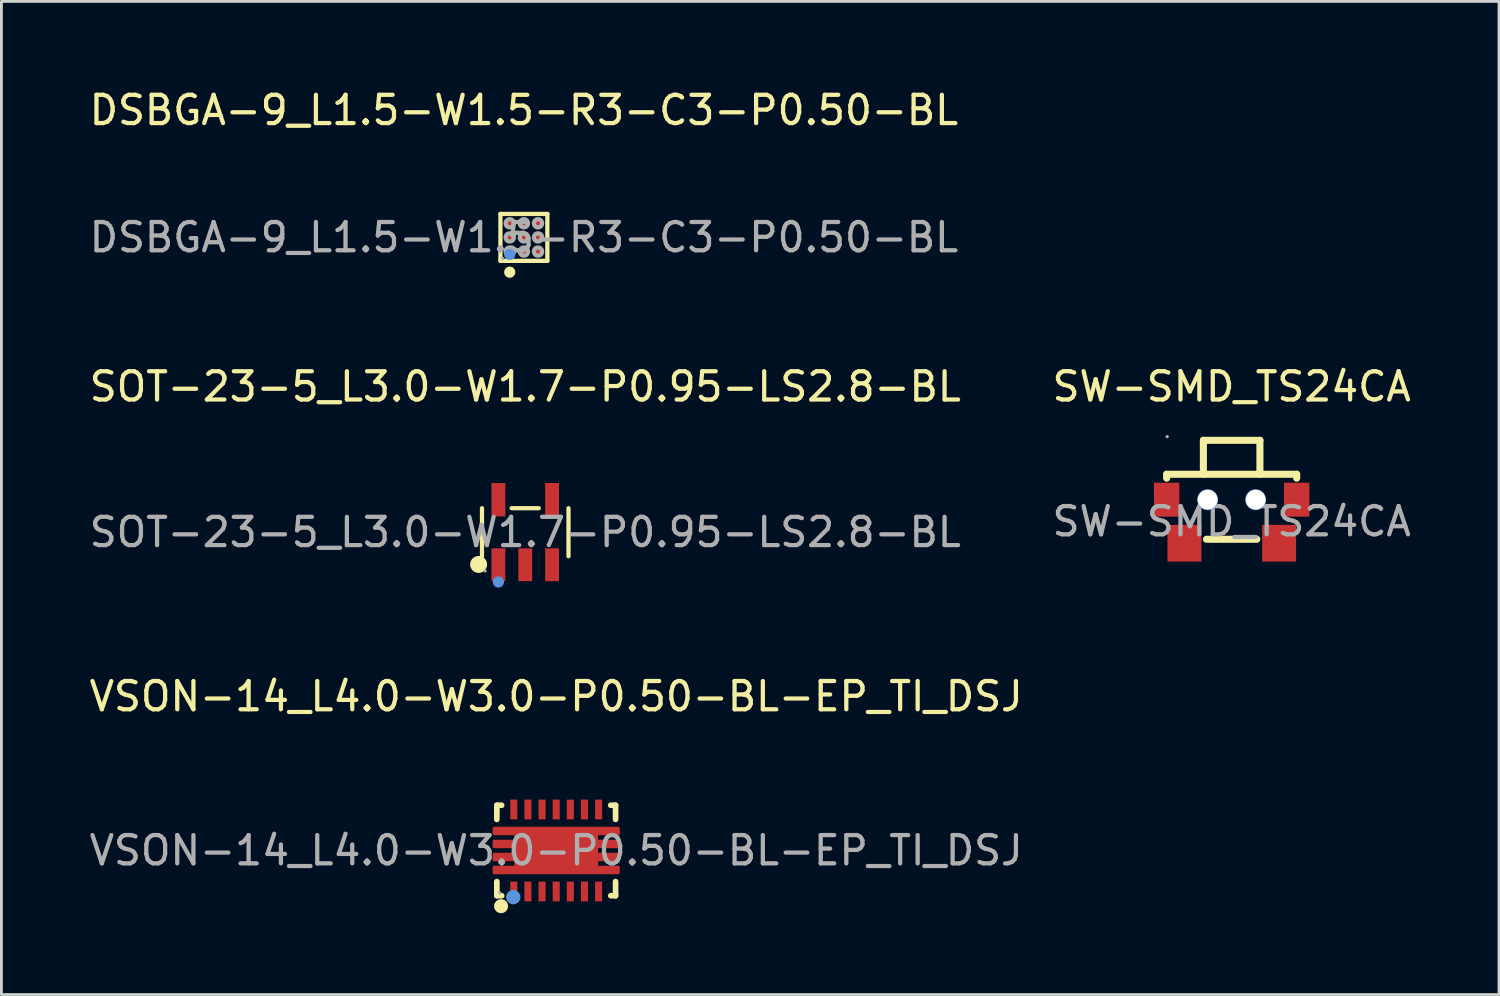
<source format=kicad_pcb>
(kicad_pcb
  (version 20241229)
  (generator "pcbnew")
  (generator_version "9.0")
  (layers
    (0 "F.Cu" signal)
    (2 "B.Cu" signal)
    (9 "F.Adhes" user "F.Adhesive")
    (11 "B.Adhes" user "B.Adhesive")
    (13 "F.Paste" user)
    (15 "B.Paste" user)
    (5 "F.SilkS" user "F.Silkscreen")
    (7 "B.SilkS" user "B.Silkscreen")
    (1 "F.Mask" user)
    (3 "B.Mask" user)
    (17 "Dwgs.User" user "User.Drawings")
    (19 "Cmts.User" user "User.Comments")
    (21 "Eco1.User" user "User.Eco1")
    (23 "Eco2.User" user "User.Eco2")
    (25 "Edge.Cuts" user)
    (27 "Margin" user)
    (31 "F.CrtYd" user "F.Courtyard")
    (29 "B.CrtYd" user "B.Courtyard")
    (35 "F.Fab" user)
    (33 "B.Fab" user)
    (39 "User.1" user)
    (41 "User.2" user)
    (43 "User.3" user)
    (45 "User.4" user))
  (footprint "SOT-23-5_L3.0-W1.7-P0.95-LS2.8-BL"
    (layer "F.Cu")
    (at 15.53 15.777)
    (property "Reference" "SOT-23-5_L3.0-W1.7-P0.95-LS2.8-BL" (at 0 -5.15 0) (layer "F.SilkS") (effects (font (size 1 1) (thickness 0.15))))
    (attr smd)
    (fp_line (start -1.53 0.85) (end -1.53 -0.85) (stroke (width 0.15) (type solid)) (layer "F.SilkS"))
    (fp_line (start 0.48 -0.85) (end -0.48 -0.85) (stroke (width 0.15) (type solid)) (layer "F.SilkS"))
    (fp_line (start 1.53 0.85) (end 1.53 -0.85) (stroke (width 0.15) (type solid)) (layer "F.SilkS"))
    (fp_circle (center -1.65 1.14) (end -1.5 1.14) (stroke (width 0.3) (type solid)) (fill no) (layer "F.SilkS"))
    (fp_circle (center -0.95 1.76) (end -0.85 1.76) (stroke (width 0.2) (type solid)) (fill no) (layer "Cmts.User"))
    (fp_circle (center -1.42 1.37) (end -1.39 1.37) (stroke (width 0.06) (type solid)) (fill no) (layer "F.Fab"))
    (fp_text user "${REFERENCE}" (at 0 0 0) (layer "F.Fab") (effects (font (size 1 1) (thickness 0.15))))
    (pad "1" smd rect (at -0.95 1.15) (size 0.49 1.16) (layers "F.Cu" "F.Mask" "F.Paste"))
    (pad "2" smd rect (at 0 1.15) (size 0.49 1.16) (layers "F.Cu" "F.Mask" "F.Paste"))
    (pad "3" smd rect (at 0.95 1.15) (size 0.49 1.16) (layers "F.Cu" "F.Mask" "F.Paste"))
    (pad "4" smd rect (at 0.95 -1.15) (size 0.49 1.18) (layers "F.Cu" "F.Mask" "F.Paste"))
    (pad "5" smd rect (at -0.95 -1.15) (size 0.49 1.18) (layers "F.Cu" "F.Mask" "F.Paste")))
  (footprint "SW-SMD_TS24CA"
    (layer "F.Cu")
    (at 40.518 15.396)
    (property "Reference" "SW-SMD_TS24CA" (at 0 -4.77 0) (layer "F.SilkS") (effects (font (size 1 1) (thickness 0.15))))
    (attr smd)
    (fp_line (start -2.3 -1.67) (end 2.3 -1.67) (stroke (width 0.25) (type solid)) (layer "F.SilkS"))
    (fp_line (start -2.3 -1.53) (end -2.3 -1.67) (stroke (width 0.25) (type solid)) (layer "F.SilkS"))
    (fp_line (start -1 -2.87) (end -1 -1.67) (stroke (width 0.25) (type solid)) (layer "F.SilkS"))
    (fp_line (start -1 -2.87) (end 1 -2.87) (stroke (width 0.25) (type solid)) (layer "F.SilkS"))
    (fp_line (start -0.89 0.63) (end 0.89 0.63) (stroke (width 0.25) (type solid)) (layer "F.SilkS"))
    (fp_line (start 1 -2.87) (end 1 -1.67) (stroke (width 0.25) (type solid)) (layer "F.SilkS"))
    (fp_line (start 2.3 -1.67) (end 2.3 -1.53) (stroke (width 0.25) (type solid)) (layer "F.SilkS"))
    (fp_circle (center -0.85 -0.77) (end -0.73 -0.77) (stroke (width 0.25) (type solid)) (fill no) (layer "Cmts.User"))
    (fp_circle (center 0.85 -0.77) (end 0.97 -0.77) (stroke (width 0.25) (type solid)) (fill no) (layer "Cmts.User"))
    (fp_circle (center -2.28 -3) (end -2.25 -3) (stroke (width 0.06) (type solid)) (fill no) (layer "F.Fab"))
    (fp_text user "${REFERENCE}" (at 0 0 0) (layer "F.Fab") (effects (font (size 1 1) (thickness 0.15))))
    (pad "" thru_hole circle (at -0.85 -0.77) (size 0.7 0.7) (drill 0.7) (layers "*.Cu" "*.Mask"))
    (pad "" thru_hole circle (at 0.85 -0.77) (size 0.7 0.7) (drill 0.7) (layers "*.Cu" "*.Mask"))
    (pad "1" smd rect (at -1.67 0.77 180) (size 1.2 1.3) (layers "F.Cu" "F.Mask" "F.Paste"))
    (pad "2" smd rect (at 1.68 0.77 180) (size 1.2 1.3) (layers "F.Cu" "F.Mask" "F.Paste"))
    (pad "3" smd rect (at 2.3 -0.77 180) (size 0.9 1.2) (layers "F.Cu" "F.Mask" "F.Paste"))
    (pad "4" smd rect (at -2.3 -0.77) (size 0.9 1.2) (layers "F.Cu" "F.Mask" "F.Paste")))
  (footprint "DSBGA-9_L1.5-W1.5-R3-C3-P0.50-BL"
    (layer "F.Cu")
    (at 15.482 5.348)
    (property "Reference" "DSBGA-9_L1.5-W1.5-R3-C3-P0.50-BL" (at 0 -4.5 0) (layer "F.SilkS") (effects (font (size 1 1) (thickness 0.15))))
    (attr smd)
    (fp_line (start -0.83 -0.83) (end 0.83 -0.83) (stroke (width 0.15) (type solid)) (layer "F.SilkS"))
    (fp_line (start -0.83 0.83) (end -0.83 -0.83) (stroke (width 0.15) (type solid)) (layer "F.SilkS"))
    (fp_line (start 0.83 -0.83) (end 0.83 0.83) (stroke (width 0.15) (type solid)) (layer "F.SilkS"))
    (fp_line (start 0.83 0.83) (end -0.83 0.83) (stroke (width 0.15) (type solid)) (layer "F.SilkS"))
    (fp_circle (center -0.5 1.23) (end -0.4 1.23) (stroke (width 0.2) (type solid)) (fill no) (layer "F.SilkS"))
    (fp_circle (center -0.5 0.6) (end -0.4 0.6) (stroke (width 0.2) (type solid)) (fill no) (layer "Cmts.User"))
    (fp_circle (center -0.75 0.75) (end -0.72 0.75) (stroke (width 0.06) (type solid)) (fill no) (layer "F.Fab"))
    (fp_circle (center -0.5 -0.5) (end -0.43 -0.5) (stroke (width 0.15) (type solid)) (fill no) (layer "F.Fab"))
    (fp_circle (center -0.5 0) (end -0.43 0) (stroke (width 0.15) (type solid)) (fill no) (layer "F.Fab"))
    (fp_circle (center -0.5 0.5) (end -0.43 0.5) (stroke (width 0.15) (type solid)) (fill no) (layer "F.Fab"))
    (fp_circle (center 0 -0.5) (end 0.07 -0.5) (stroke (width 0.15) (type solid)) (fill no) (layer "F.Fab"))
    (fp_circle (center 0 0) (end 0.07 0) (stroke (width 0.15) (type solid)) (fill no) (layer "F.Fab"))
    (fp_circle (center 0 0.5) (end 0.07 0.5) (stroke (width 0.15) (type solid)) (fill no) (layer "F.Fab"))
    (fp_circle (center 0.5 -0.5) (end 0.57 -0.5) (stroke (width 0.15) (type solid)) (fill no) (layer "F.Fab"))
    (fp_circle (center 0.5 0) (end 0.57 0) (stroke (width 0.15) (type solid)) (fill no) (layer "F.Fab"))
    (fp_circle (center 0.5 0.5) (end 0.57 0.5) (stroke (width 0.15) (type solid)) (fill no) (layer "F.Fab"))
    (fp_text user "${REFERENCE}" (at 0 0 0) (layer "F.Fab") (effects (font (size 1 1) (thickness 0.15))))
    (pad "A1" smd circle (at -0.5 0.5) (size 0.24 0.24) (layers "F.Cu" "F.Mask" "F.Paste"))
    (pad "A2" smd circle (at -0.5 0) (size 0.24 0.24) (layers "F.Cu" "F.Mask" "F.Paste"))
    (pad "A3" smd circle (at -0.5 -0.5) (size 0.24 0.24) (layers "F.Cu" "F.Mask" "F.Paste"))
    (pad "B1" smd circle (at 0 0.5) (size 0.24 0.24) (layers "F.Cu" "F.Mask" "F.Paste"))
    (pad "B2" smd circle (at 0 0) (size 0.24 0.24) (layers "F.Cu" "F.Mask" "F.Paste"))
    (pad "B3" smd circle (at 0 -0.5) (size 0.24 0.24) (layers "F.Cu" "F.Mask" "F.Paste"))
    (pad "C1" smd circle (at 0.5 0.5) (size 0.24 0.24) (layers "F.Cu" "F.Mask" "F.Paste"))
    (pad "C2" smd circle (at 0.5 0) (size 0.24 0.24) (layers "F.Cu" "F.Mask" "F.Paste"))
    (pad "C3" smd circle (at 0.5 -0.5) (size 0.24 0.24) (layers "F.Cu" "F.Mask" "F.Paste")))
  (footprint "VSON-14_L4.0-W3.0-P0.50-BL-EP_TI_DSJ"
    (layer "F.Cu")
    (at 16.625 27.035)
    (property "Reference" "VSON-14_L4.0-W3.0-P0.50-BL-EP_TI_DSJ" (at 0 -5.45 180) (layer "F.SilkS") (effects (font (size 1 1) (thickness 0.15))))
    (attr smd)
    (fp_line (start -2.1 -1.6) (end -1.93 -1.6) (stroke (width 0.2) (type solid)) (layer "F.SilkS"))
    (fp_line (start -2.1 -1.1) (end -2.1 -1.6) (stroke (width 0.2) (type solid)) (layer "F.SilkS"))
    (fp_line (start -2.1 1.6) (end -2.1 1.1) (stroke (width 0.2) (type solid)) (layer "F.SilkS"))
    (fp_line (start -1.93 1.6) (end -2.1 1.6) (stroke (width 0.2) (type solid)) (layer "F.SilkS"))
    (fp_line (start 2.1 -1.6) (end 1.93 -1.6) (stroke (width 0.2) (type solid)) (layer "F.SilkS"))
    (fp_line (start 2.1 -1.1) (end 2.1 -1.6) (stroke (width 0.2) (type solid)) (layer "F.SilkS"))
    (fp_line (start 2.1 1.1) (end 2.1 1.6) (stroke (width 0.2) (type solid)) (layer "F.SilkS"))
    (fp_line (start 2.1 1.6) (end 1.93 1.6) (stroke (width 0.2) (type solid)) (layer "F.SilkS"))
    (fp_arc (start -1.95 1.97) (mid -1.95 1.97) (end -1.95 1.97) (stroke (width 0.25) (type solid)) (layer "F.SilkS"))
    (fp_circle (center -1.52 1.65) (end -1.39 1.65) (stroke (width 0.25) (type solid)) (fill no) (layer "Cmts.User"))
    (fp_circle (center -2 1.5) (end -1.97 1.5) (stroke (width 0.06) (type solid)) (fill no) (layer "F.Fab"))
    (fp_text user "${REFERENCE}" (at 0 0 180) (layer "F.Fab") (effects (font (size 1 1) (thickness 0.15))))
    (pad "1" smd rect (at -1.5 1.45) (size 0.25 0.7) (layers "F.Cu" "F.Mask" "F.Paste"))
    (pad "2" smd rect (at -1 1.45) (size 0.25 0.7) (layers "F.Cu" "F.Mask" "F.Paste"))
    (pad "3" smd rect (at -0.5 1.45) (size 0.25 0.7) (layers "F.Cu" "F.Mask" "F.Paste"))
    (pad "4" smd rect (at 0 1.45) (size 0.25 0.7) (layers "F.Cu" "F.Mask" "F.Paste"))
    (pad "5" smd rect (at 0.5 1.45) (size 0.25 0.7) (layers "F.Cu" "F.Mask" "F.Paste"))
    (pad "6" smd rect (at 1 1.45) (size 0.25 0.7) (layers "F.Cu" "F.Mask" "F.Paste"))
    (pad "7" smd rect (at 1.5 1.45) (size 0.25 0.7) (layers "F.Cu" "F.Mask" "F.Paste"))
    (pad "8" smd rect (at 1.5 -1.45) (size 0.25 0.7) (layers "F.Cu" "F.Mask" "F.Paste"))
    (pad "9" smd rect (at 1 -1.45) (size 0.25 0.7) (layers "F.Cu" "F.Mask" "F.Paste"))
    (pad "10" smd rect (at 0.5 -1.45 180) (size 0.25 0.7) (layers "F.Cu" "F.Mask" "F.Paste"))
    (pad "11" smd rect (at 0 -1.45 180) (size 0.25 0.7) (layers "F.Cu" "F.Mask" "F.Paste"))
    (pad "12" smd rect (at -0.5 -1.45 180) (size 0.25 0.7) (layers "F.Cu" "F.Mask" "F.Paste"))
    (pad "13" smd rect (at -1 -1.45 180) (size 0.25 0.7) (layers "F.Cu" "F.Mask" "F.Paste"))
    (pad "14" smd rect (at -1.5 -1.45 180) (size 0.25 0.7) (layers "F.Cu" "F.Mask" "F.Paste"))
    (pad "15" smd custom (at 0 0) (size 1 1) (layers "F.Cu" "F.Mask" "F.Paste") (options (anchor circle)) (primitives (gr_poly (pts (xy -2.2 -0.79) (xy -2.2 -0.59) (xy -1.43 -0.59) (xy -1.43 -0.33) (xy -2.2 -0.33) (xy -2.2 -0.13) (xy -1.43 -0.13) (xy -1.43 0.13) (xy -2.2 0.13) (xy -2.2 0.33) (xy -1.43 0.33) (xy -1.43 0.59) (xy -2.2 0.59) (xy -2.2 0.79) (xy 2.2 0.79) (xy 2.2 0.59) (xy 1.43 0.59) (xy 1.43 0.33) (xy 2.2 0.33) (xy 2.2 0.13) (xy 1.43 0.13) (xy 1.43 -0.13) (xy 2.2 -0.13) (xy 2.2 -0.33) (xy 1.43 -0.33) (xy 1.43 -0.59) (xy 2.2 -0.59) (xy 2.2 -0.79) (xy -2.2 -0.79)) (width 0.1) (fill yes)))))
  (gr_rect
    (start -3 -3)
    (end 49.976 32.13)
    (stroke (width 0.1) (type default))
    (fill no)
    (layer "Edge.Cuts")))
</source>
